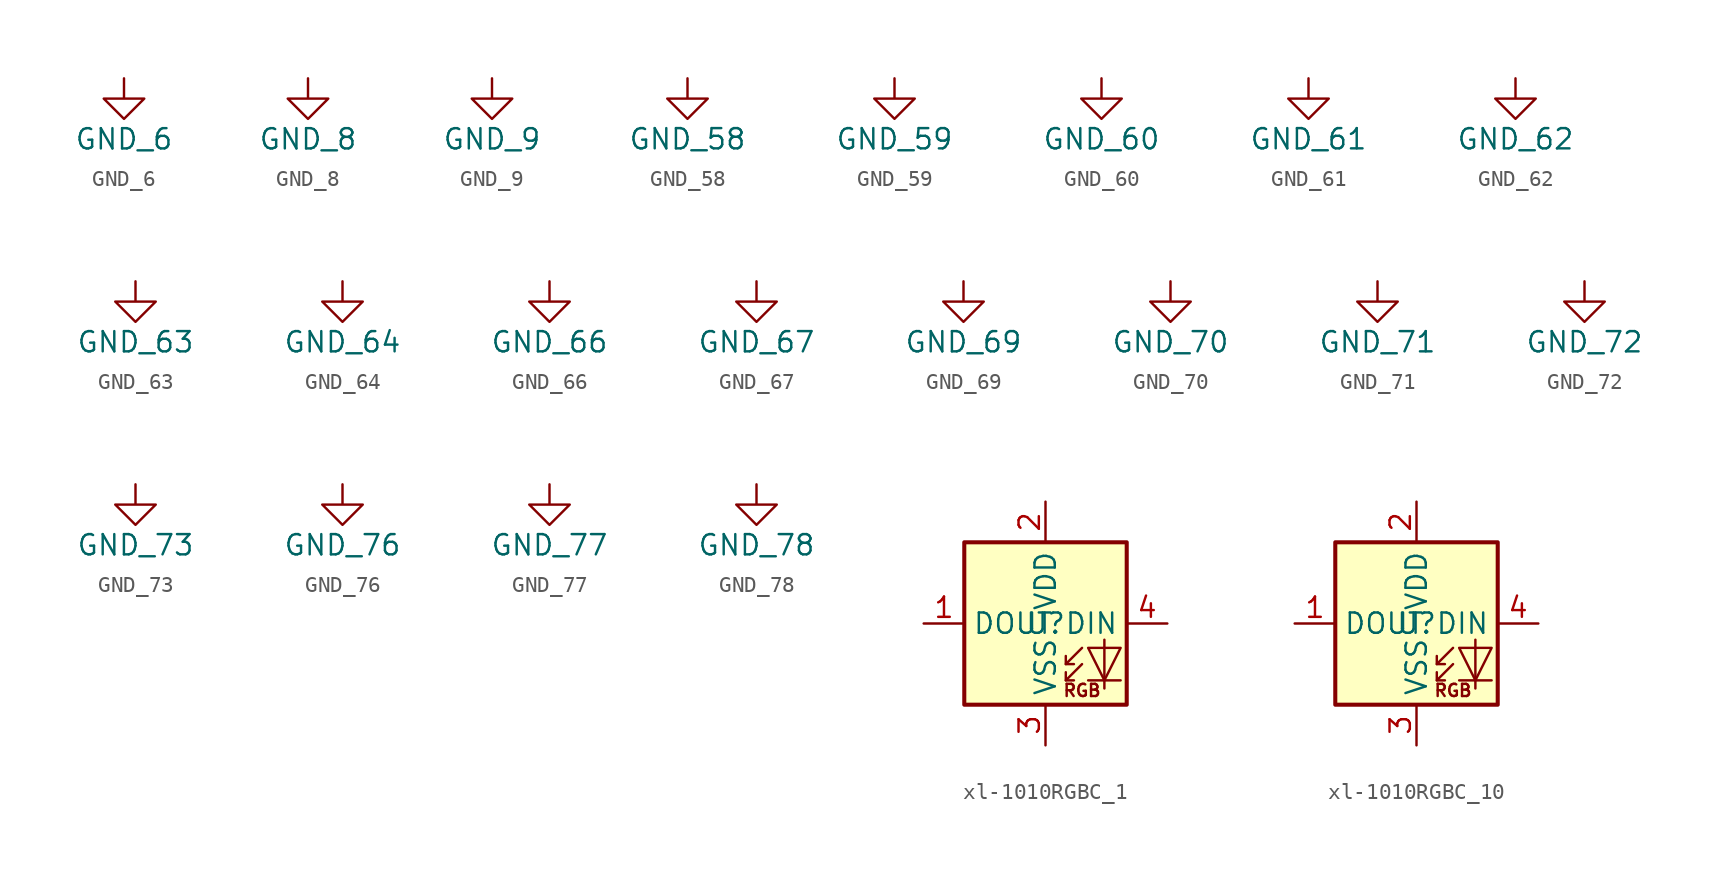
<source format=kicad_sym>
(kicad_symbol_lib
  (version 20231120)
  (generator "kicad_symbol_editor")
  (generator_version "8.0")
  (symbol "GND_6"
    (power)
    (pin_names
      (offset 0))
    (property "Reference" "#PWR"
      (at 0 -6.35 0)
      (effects (font (size 1.27 1.27)) (hide yes)))
    (property "Value" "GND_6"
      (at 0 -3.81 0)
      (effects (font (size 1.27 1.27))))
    (symbol "GND_6_0_1"
      (polyline (pts (xy 0 0) (xy 0 -1.27) (xy 1.27 -1.27) (xy 0 -2.54) (xy -1.27 -1.27) (xy 0 -1.27)) (stroke (width 0) (type default)) (fill (type none))))
    (symbol "GND_6_1_1"
      (pin power_in line (at 0 0 270) (length 0) hide (name "GND" (effects (font (size 1.27 1.27)))) (number "1" (effects (font (size 1.27 1.27)))))))
  (symbol "GND_8"
    (power)
    (pin_names
      (offset 0))
    (property "Reference" "#PWR"
      (at 0 -6.35 0)
      (effects (font (size 1.27 1.27)) (hide yes)))
    (property "Value" "GND_8"
      (at 0 -3.81 0)
      (effects (font (size 1.27 1.27))))
    (symbol "GND_8_0_1"
      (polyline (pts (xy 0 0) (xy 0 -1.27) (xy 1.27 -1.27) (xy 0 -2.54) (xy -1.27 -1.27) (xy 0 -1.27)) (stroke (width 0) (type default)) (fill (type none))))
    (symbol "GND_8_1_1"
      (pin power_in line (at 0 0 270) (length 0) hide (name "GND" (effects (font (size 1.27 1.27)))) (number "1" (effects (font (size 1.27 1.27)))))))
  (symbol "GND_9"
    (power)
    (pin_names
      (offset 0))
    (property "Reference" "#PWR"
      (at 0 -6.35 0)
      (effects (font (size 1.27 1.27)) (hide yes)))
    (property "Value" "GND_9"
      (at 0 -3.81 0)
      (effects (font (size 1.27 1.27))))
    (symbol "GND_9_0_1"
      (polyline (pts (xy 0 0) (xy 0 -1.27) (xy 1.27 -1.27) (xy 0 -2.54) (xy -1.27 -1.27) (xy 0 -1.27)) (stroke (width 0) (type default)) (fill (type none))))
    (symbol "GND_9_1_1"
      (pin power_in line (at 0 0 270) (length 0) hide (name "GND" (effects (font (size 1.27 1.27)))) (number "1" (effects (font (size 1.27 1.27)))))))
  (symbol "GND_58"
    (power)
    (pin_names
      (offset 0))
    (property "Reference" "#PWR"
      (at 0 -6.35 0)
      (effects (font (size 1.27 1.27)) (hide yes)))
    (property "Value" "GND_58"
      (at 0 -3.81 0)
      (effects (font (size 1.27 1.27))))
    (symbol "GND_58_0_1"
      (polyline (pts (xy 0 0) (xy 0 -1.27) (xy 1.27 -1.27) (xy 0 -2.54) (xy -1.27 -1.27) (xy 0 -1.27)) (stroke (width 0) (type default)) (fill (type none))))
    (symbol "GND_58_1_1"
      (pin power_in line (at 0 0 270) (length 0) hide (name "GND" (effects (font (size 1.27 1.27)))) (number "1" (effects (font (size 1.27 1.27)))))))
  (symbol "GND_59"
    (power)
    (pin_names
      (offset 0))
    (property "Reference" "#PWR"
      (at 0 -6.35 0)
      (effects (font (size 1.27 1.27)) (hide yes)))
    (property "Value" "GND_59"
      (at 0 -3.81 0)
      (effects (font (size 1.27 1.27))))
    (symbol "GND_59_0_1"
      (polyline (pts (xy 0 0) (xy 0 -1.27) (xy 1.27 -1.27) (xy 0 -2.54) (xy -1.27 -1.27) (xy 0 -1.27)) (stroke (width 0) (type default)) (fill (type none))))
    (symbol "GND_59_1_1"
      (pin power_in line (at 0 0 270) (length 0) hide (name "GND" (effects (font (size 1.27 1.27)))) (number "1" (effects (font (size 1.27 1.27)))))))
  (symbol "GND_60"
    (power)
    (pin_names
      (offset 0))
    (property "Reference" "#PWR"
      (at 0 -6.35 0)
      (effects (font (size 1.27 1.27)) (hide yes)))
    (property "Value" "GND_60"
      (at 0 -3.81 0)
      (effects (font (size 1.27 1.27))))
    (symbol "GND_60_0_1"
      (polyline (pts (xy 0 0) (xy 0 -1.27) (xy 1.27 -1.27) (xy 0 -2.54) (xy -1.27 -1.27) (xy 0 -1.27)) (stroke (width 0) (type default)) (fill (type none))))
    (symbol "GND_60_1_1"
      (pin power_in line (at 0 0 270) (length 0) hide (name "GND" (effects (font (size 1.27 1.27)))) (number "1" (effects (font (size 1.27 1.27)))))))
  (symbol "GND_61"
    (power)
    (pin_names
      (offset 0))
    (property "Reference" "#PWR"
      (at 0 -6.35 0)
      (effects (font (size 1.27 1.27)) (hide yes)))
    (property "Value" "GND_61"
      (at 0 -3.81 0)
      (effects (font (size 1.27 1.27))))
    (symbol "GND_61_0_1"
      (polyline (pts (xy 0 0) (xy 0 -1.27) (xy 1.27 -1.27) (xy 0 -2.54) (xy -1.27 -1.27) (xy 0 -1.27)) (stroke (width 0) (type default)) (fill (type none))))
    (symbol "GND_61_1_1"
      (pin power_in line (at 0 0 270) (length 0) hide (name "GND" (effects (font (size 1.27 1.27)))) (number "1" (effects (font (size 1.27 1.27)))))))
  (symbol "GND_62"
    (power)
    (pin_names
      (offset 0))
    (property "Reference" "#PWR"
      (at 0 -6.35 0)
      (effects (font (size 1.27 1.27)) (hide yes)))
    (property "Value" "GND_62"
      (at 0 -3.81 0)
      (effects (font (size 1.27 1.27))))
    (symbol "GND_62_0_1"
      (polyline (pts (xy 0 0) (xy 0 -1.27) (xy 1.27 -1.27) (xy 0 -2.54) (xy -1.27 -1.27) (xy 0 -1.27)) (stroke (width 0) (type default)) (fill (type none))))
    (symbol "GND_62_1_1"
      (pin power_in line (at 0 0 270) (length 0) hide (name "GND" (effects (font (size 1.27 1.27)))) (number "1" (effects (font (size 1.27 1.27)))))))
  (symbol "GND_63"
    (power)
    (pin_names
      (offset 0))
    (property "Reference" "#PWR"
      (at 0 -6.35 0)
      (effects (font (size 1.27 1.27)) (hide yes)))
    (property "Value" "GND_63"
      (at 0 -3.81 0)
      (effects (font (size 1.27 1.27))))
    (symbol "GND_63_0_1"
      (polyline (pts (xy 0 0) (xy 0 -1.27) (xy 1.27 -1.27) (xy 0 -2.54) (xy -1.27 -1.27) (xy 0 -1.27)) (stroke (width 0) (type default)) (fill (type none))))
    (symbol "GND_63_1_1"
      (pin power_in line (at 0 0 270) (length 0) hide (name "GND" (effects (font (size 1.27 1.27)))) (number "1" (effects (font (size 1.27 1.27)))))))
  (symbol "GND_64"
    (power)
    (pin_names
      (offset 0))
    (property "Reference" "#PWR"
      (at 0 -6.35 0)
      (effects (font (size 1.27 1.27)) (hide yes)))
    (property "Value" "GND_64"
      (at 0 -3.81 0)
      (effects (font (size 1.27 1.27))))
    (symbol "GND_64_0_1"
      (polyline (pts (xy 0 0) (xy 0 -1.27) (xy 1.27 -1.27) (xy 0 -2.54) (xy -1.27 -1.27) (xy 0 -1.27)) (stroke (width 0) (type default)) (fill (type none))))
    (symbol "GND_64_1_1"
      (pin power_in line (at 0 0 270) (length 0) hide (name "GND" (effects (font (size 1.27 1.27)))) (number "1" (effects (font (size 1.27 1.27)))))))
  (symbol "GND_66"
    (power)
    (pin_names
      (offset 0))
    (property "Reference" "#PWR"
      (at 0 -6.35 0)
      (effects (font (size 1.27 1.27)) (hide yes)))
    (property "Value" "GND_66"
      (at 0 -3.81 0)
      (effects (font (size 1.27 1.27))))
    (symbol "GND_66_0_1"
      (polyline (pts (xy 0 0) (xy 0 -1.27) (xy 1.27 -1.27) (xy 0 -2.54) (xy -1.27 -1.27) (xy 0 -1.27)) (stroke (width 0) (type default)) (fill (type none))))
    (symbol "GND_66_1_1"
      (pin power_in line (at 0 0 270) (length 0) hide (name "GND" (effects (font (size 1.27 1.27)))) (number "1" (effects (font (size 1.27 1.27)))))))
  (symbol "GND_67"
    (power)
    (pin_names
      (offset 0))
    (property "Reference" "#PWR"
      (at 0 -6.35 0)
      (effects (font (size 1.27 1.27)) (hide yes)))
    (property "Value" "GND_67"
      (at 0 -3.81 0)
      (effects (font (size 1.27 1.27))))
    (symbol "GND_67_0_1"
      (polyline (pts (xy 0 0) (xy 0 -1.27) (xy 1.27 -1.27) (xy 0 -2.54) (xy -1.27 -1.27) (xy 0 -1.27)) (stroke (width 0) (type default)) (fill (type none))))
    (symbol "GND_67_1_1"
      (pin power_in line (at 0 0 270) (length 0) hide (name "GND" (effects (font (size 1.27 1.27)))) (number "1" (effects (font (size 1.27 1.27)))))))
  (symbol "GND_69"
    (power)
    (pin_names
      (offset 0))
    (property "Reference" "#PWR"
      (at 0 -6.35 0)
      (effects (font (size 1.27 1.27)) (hide yes)))
    (property "Value" "GND_69"
      (at 0 -3.81 0)
      (effects (font (size 1.27 1.27))))
    (symbol "GND_69_0_1"
      (polyline (pts (xy 0 0) (xy 0 -1.27) (xy 1.27 -1.27) (xy 0 -2.54) (xy -1.27 -1.27) (xy 0 -1.27)) (stroke (width 0) (type default)) (fill (type none))))
    (symbol "GND_69_1_1"
      (pin power_in line (at 0 0 270) (length 0) hide (name "GND" (effects (font (size 1.27 1.27)))) (number "1" (effects (font (size 1.27 1.27)))))))
  (symbol "GND_70"
    (power)
    (pin_names
      (offset 0))
    (property "Reference" "#PWR"
      (at 0 -6.35 0)
      (effects (font (size 1.27 1.27)) (hide yes)))
    (property "Value" "GND_70"
      (at 0 -3.81 0)
      (effects (font (size 1.27 1.27))))
    (symbol "GND_70_0_1"
      (polyline (pts (xy 0 0) (xy 0 -1.27) (xy 1.27 -1.27) (xy 0 -2.54) (xy -1.27 -1.27) (xy 0 -1.27)) (stroke (width 0) (type default)) (fill (type none))))
    (symbol "GND_70_1_1"
      (pin power_in line (at 0 0 270) (length 0) hide (name "GND" (effects (font (size 1.27 1.27)))) (number "1" (effects (font (size 1.27 1.27)))))))
  (symbol "GND_71"
    (power)
    (pin_names
      (offset 0))
    (property "Reference" "#PWR"
      (at 0 -6.35 0)
      (effects (font (size 1.27 1.27)) (hide yes)))
    (property "Value" "GND_71"
      (at 0 -3.81 0)
      (effects (font (size 1.27 1.27))))
    (symbol "GND_71_0_1"
      (polyline (pts (xy 0 0) (xy 0 -1.27) (xy 1.27 -1.27) (xy 0 -2.54) (xy -1.27 -1.27) (xy 0 -1.27)) (stroke (width 0) (type default)) (fill (type none))))
    (symbol "GND_71_1_1"
      (pin power_in line (at 0 0 270) (length 0) hide (name "GND" (effects (font (size 1.27 1.27)))) (number "1" (effects (font (size 1.27 1.27)))))))
  (symbol "GND_72"
    (power)
    (pin_names
      (offset 0))
    (property "Reference" "#PWR"
      (at 0 -6.35 0)
      (effects (font (size 1.27 1.27)) (hide yes)))
    (property "Value" "GND_72"
      (at 0 -3.81 0)
      (effects (font (size 1.27 1.27))))
    (symbol "GND_72_0_1"
      (polyline (pts (xy 0 0) (xy 0 -1.27) (xy 1.27 -1.27) (xy 0 -2.54) (xy -1.27 -1.27) (xy 0 -1.27)) (stroke (width 0) (type default)) (fill (type none))))
    (symbol "GND_72_1_1"
      (pin power_in line (at 0 0 270) (length 0) hide (name "GND" (effects (font (size 1.27 1.27)))) (number "1" (effects (font (size 1.27 1.27)))))))
  (symbol "GND_73"
    (power)
    (pin_names
      (offset 0))
    (property "Reference" "#PWR"
      (at 0 -6.35 0)
      (effects (font (size 1.27 1.27)) (hide yes)))
    (property "Value" "GND_73"
      (at 0 -3.81 0)
      (effects (font (size 1.27 1.27))))
    (symbol "GND_73_0_1"
      (polyline (pts (xy 0 0) (xy 0 -1.27) (xy 1.27 -1.27) (xy 0 -2.54) (xy -1.27 -1.27) (xy 0 -1.27)) (stroke (width 0) (type default)) (fill (type none))))
    (symbol "GND_73_1_1"
      (pin power_in line (at 0 0 270) (length 0) hide (name "GND" (effects (font (size 1.27 1.27)))) (number "1" (effects (font (size 1.27 1.27)))))))
  (symbol "GND_76"
    (power)
    (pin_names
      (offset 0))
    (property "Reference" "#PWR"
      (at 0 -6.35 0)
      (effects (font (size 1.27 1.27)) (hide yes)))
    (property "Value" "GND_76"
      (at 0 -3.81 0)
      (effects (font (size 1.27 1.27))))
    (symbol "GND_76_0_1"
      (polyline (pts (xy 0 0) (xy 0 -1.27) (xy 1.27 -1.27) (xy 0 -2.54) (xy -1.27 -1.27) (xy 0 -1.27)) (stroke (width 0) (type default)) (fill (type none))))
    (symbol "GND_76_1_1"
      (pin power_in line (at 0 0 270) (length 0) hide (name "GND" (effects (font (size 1.27 1.27)))) (number "1" (effects (font (size 1.27 1.27)))))))
  (symbol "GND_77"
    (power)
    (pin_names
      (offset 0))
    (property "Reference" "#PWR"
      (at 0 -6.35 0)
      (effects (font (size 1.27 1.27)) (hide yes)))
    (property "Value" "GND_77"
      (at 0 -3.81 0)
      (effects (font (size 1.27 1.27))))
    (symbol "GND_77_0_1"
      (polyline (pts (xy 0 0) (xy 0 -1.27) (xy 1.27 -1.27) (xy 0 -2.54) (xy -1.27 -1.27) (xy 0 -1.27)) (stroke (width 0) (type default)) (fill (type none))))
    (symbol "GND_77_1_1"
      (pin power_in line (at 0 0 270) (length 0) hide (name "GND" (effects (font (size 1.27 1.27)))) (number "1" (effects (font (size 1.27 1.27)))))))
  (symbol "GND_78"
    (power)
    (pin_names
      (offset 0))
    (property "Reference" "#PWR"
      (at 0 -6.35 0)
      (effects (font (size 1.27 1.27)) (hide yes)))
    (property "Value" "GND_78"
      (at 0 -3.81 0)
      (effects (font (size 1.27 1.27))))
    (symbol "GND_78_0_1"
      (polyline (pts (xy 0 0) (xy 0 -1.27) (xy 1.27 -1.27) (xy 0 -2.54) (xy -1.27 -1.27) (xy 0 -1.27)) (stroke (width 0) (type default)) (fill (type none))))
    (symbol "GND_78_1_1"
      (pin power_in line (at 0 0 270) (length 0) hide (name "GND" (effects (font (size 1.27 1.27)))) (number "1" (effects (font (size 1.27 1.27)))))))
  (symbol "xl-1010RGBC_1"
    (property "Reference" "U"
      (at 0 0 0)
      (effects (font (size 1.27 1.27))))
    (property "Value" ""
      (at 0 0 0)
      (effects (font (size 1.27 1.27))))
    (symbol "xl-1010RGBC_1_0_0"
      (text "RGB" (at 2.286 -4.191 0) (effects (font (size 0.762 0.762)))))
    (symbol "xl-1010RGBC_1_0_1"
      (polyline (pts (xy 1.27 -3.556) (xy 1.778 -3.556)) (stroke (width 0) (type default)) (fill (type none)))
      (polyline (pts (xy 1.27 -2.54) (xy 1.778 -2.54)) (stroke (width 0) (type default)) (fill (type none)))
      (polyline (pts (xy 4.699 -3.556) (xy 2.667 -3.556)) (stroke (width 0) (type default)) (fill (type none)))
      (polyline (pts (xy 2.286 -2.54) (xy 1.27 -3.556) (xy 1.27 -3.048)) (stroke (width 0) (type default)) (fill (type none)))
      (polyline (pts (xy 2.286 -1.524) (xy 1.27 -2.54) (xy 1.27 -2.032)) (stroke (width 0) (type default)) (fill (type none)))
      (polyline (pts (xy 3.683 -1.016) (xy 3.683 -3.556) (xy 3.683 -4.064)) (stroke (width 0) (type default)) (fill (type none)))
      (polyline (pts (xy 4.699 -1.524) (xy 2.667 -1.524) (xy 3.683 -3.556) (xy 4.699 -1.524)) (stroke (width 0) (type default)) (fill (type none)))
      (rectangle (start 5.08 5.08) (end -5.08 -5.08) (stroke (width 0.254) (type default)) (fill (type background))))
    (symbol "xl-1010RGBC_1_1_1"
      (pin output line (at -7.62 0 0) (length 2.54) (name "DOUT" (effects (font (size 1.27 1.27)))) (number "1" (effects (font (size 1.27 1.27)))))
      (pin power_in line (at 0 7.62 270) (length 2.54) (name "VDD" (effects (font (size 1.27 1.27)))) (number "2" (effects (font (size 1.27 1.27)))))
      (pin power_in line (at 0 -7.62 90) (length 2.54) (name "VSS" (effects (font (size 1.27 1.27)))) (number "3" (effects (font (size 1.27 1.27)))))
      (pin input line (at 7.62 0 180) (length 2.54) (name "DIN" (effects (font (size 1.27 1.27)))) (number "4" (effects (font (size 1.27 1.27)))))))
  (symbol "xl-1010RGBC_10"
    (property "Reference" "U"
      (at 0 0 0)
      (effects (font (size 1.27 1.27))))
    (property "Value" ""
      (at 0 0 0)
      (effects (font (size 1.27 1.27))))
    (symbol "xl-1010RGBC_10_0_0"
      (text "RGB" (at 2.286 -4.191 0) (effects (font (size 0.762 0.762)))))
    (symbol "xl-1010RGBC_10_0_1"
      (polyline (pts (xy 1.27 -3.556) (xy 1.778 -3.556)) (stroke (width 0) (type default)) (fill (type none)))
      (polyline (pts (xy 1.27 -2.54) (xy 1.778 -2.54)) (stroke (width 0) (type default)) (fill (type none)))
      (polyline (pts (xy 4.699 -3.556) (xy 2.667 -3.556)) (stroke (width 0) (type default)) (fill (type none)))
      (polyline (pts (xy 2.286 -2.54) (xy 1.27 -3.556) (xy 1.27 -3.048)) (stroke (width 0) (type default)) (fill (type none)))
      (polyline (pts (xy 2.286 -1.524) (xy 1.27 -2.54) (xy 1.27 -2.032)) (stroke (width 0) (type default)) (fill (type none)))
      (polyline (pts (xy 3.683 -1.016) (xy 3.683 -3.556) (xy 3.683 -4.064)) (stroke (width 0) (type default)) (fill (type none)))
      (polyline (pts (xy 4.699 -1.524) (xy 2.667 -1.524) (xy 3.683 -3.556) (xy 4.699 -1.524)) (stroke (width 0) (type default)) (fill (type none)))
      (rectangle (start 5.08 5.08) (end -5.08 -5.08) (stroke (width 0.254) (type default)) (fill (type background))))
    (symbol "xl-1010RGBC_10_1_1"
      (pin output line (at -7.62 0 0) (length 2.54) (name "DOUT" (effects (font (size 1.27 1.27)))) (number "1" (effects (font (size 1.27 1.27)))))
      (pin power_in line (at 0 7.62 270) (length 2.54) (name "VDD" (effects (font (size 1.27 1.27)))) (number "2" (effects (font (size 1.27 1.27)))))
      (pin power_in line (at 0 -7.62 90) (length 2.54) (name "VSS" (effects (font (size 1.27 1.27)))) (number "3" (effects (font (size 1.27 1.27)))))
      (pin input line (at 7.62 0 180) (length 2.54) (name "DIN" (effects (font (size 1.27 1.27)))) (number "4" (effects (font (size 1.27 1.27))))))))
</source>
